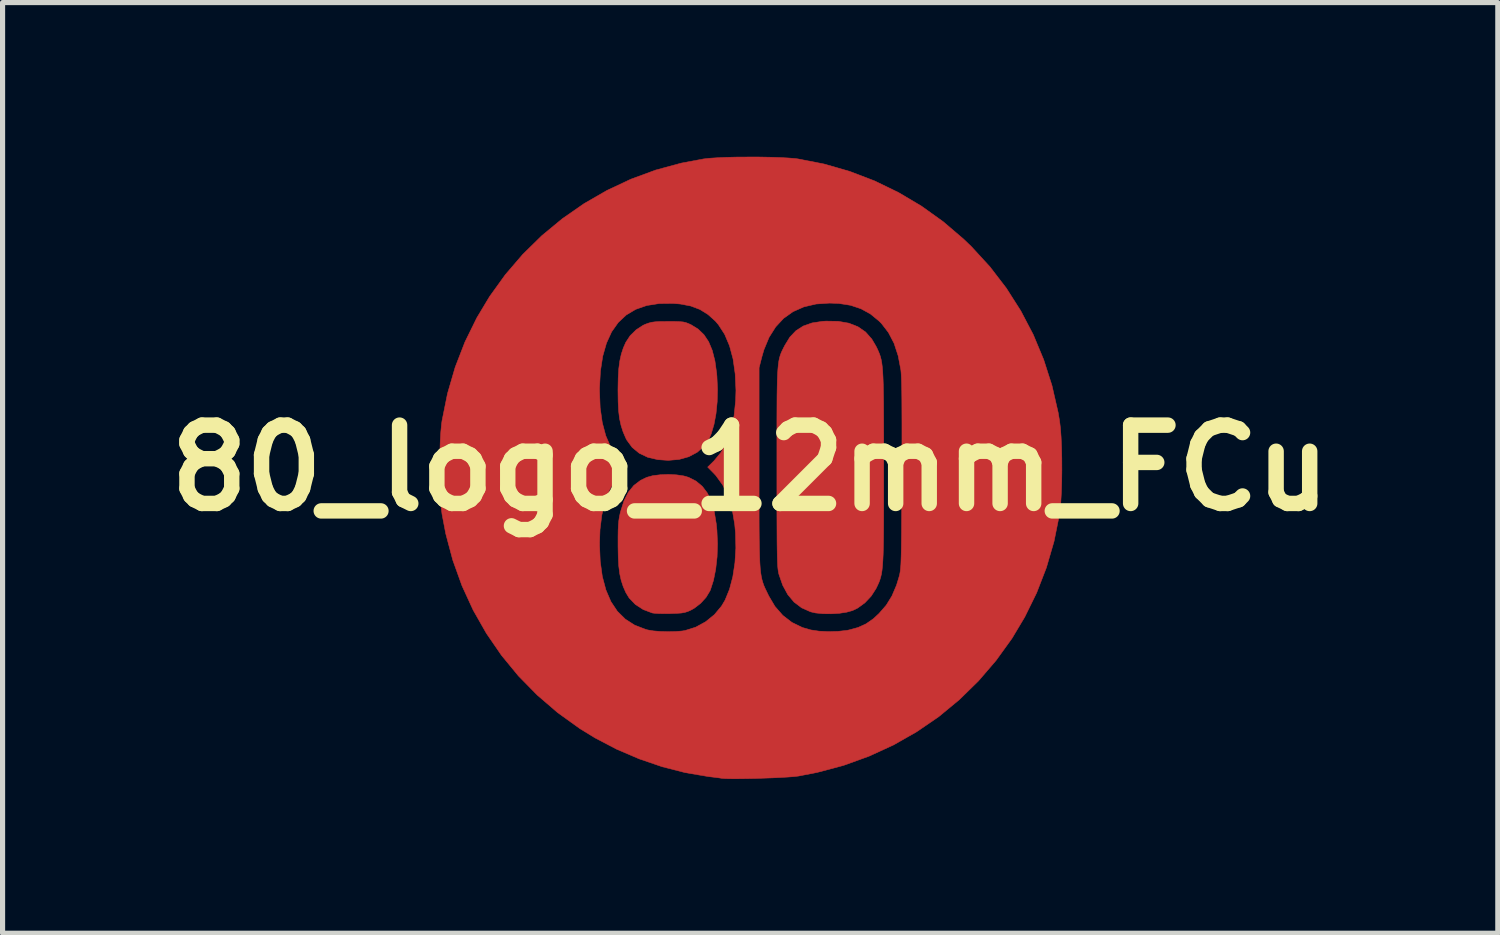
<source format=kicad_pcb>
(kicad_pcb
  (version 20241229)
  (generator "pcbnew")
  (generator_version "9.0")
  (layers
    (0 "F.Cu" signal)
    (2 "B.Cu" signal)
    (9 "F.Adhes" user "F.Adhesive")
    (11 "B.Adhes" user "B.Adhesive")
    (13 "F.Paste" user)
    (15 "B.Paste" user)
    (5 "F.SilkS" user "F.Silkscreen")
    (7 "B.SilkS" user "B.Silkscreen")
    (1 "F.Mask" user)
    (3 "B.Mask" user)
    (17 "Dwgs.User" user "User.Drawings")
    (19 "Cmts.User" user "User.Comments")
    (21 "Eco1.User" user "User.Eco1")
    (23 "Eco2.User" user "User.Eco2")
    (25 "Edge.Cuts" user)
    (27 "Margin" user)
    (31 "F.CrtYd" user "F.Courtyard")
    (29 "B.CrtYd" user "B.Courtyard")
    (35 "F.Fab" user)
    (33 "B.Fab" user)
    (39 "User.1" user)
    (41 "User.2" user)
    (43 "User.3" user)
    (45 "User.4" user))
  (footprint "80_logo_12mm_FCu"
    (layer "F.Cu")
    (at 11.546 6.056)
    (property "Reference" "80_logo_12mm_FCu" (at 0 0 0) (layer "F.SilkS") (effects (font (size 1.524 1.524) (thickness 0.3))))
    (attr through_hole)
    (fp_poly (pts (xy -1.465 -2.851) (xy -1.373 -2.848) (xy -1.305 -2.842) (xy -1.252 -2.83) (xy -1.202 -2.811) (xy -1.151 -2.788) (xy -1.013 -2.703) (xy -0.899 -2.593) (xy -0.808 -2.456) (xy -0.738 -2.288) (xy -0.686 -2.084) (xy -0.652 -1.84) (xy -0.647 -1.778) (xy -0.636 -1.532) (xy -0.642 -1.289) (xy -0.665 -1.058) (xy -0.704 -0.849) (xy -0.757 -0.67) (xy -0.798 -0.574) (xy -0.899 -0.424) (xy -1.032 -0.306) (xy -1.194 -0.22) (xy -1.383 -0.167) (xy -1.595 -0.149) (xy -1.796 -0.163) (xy -1.991 -0.208) (xy -2.159 -0.288) (xy -2.296 -0.401) (xy -2.401 -0.544) (xy -2.422 -0.585) (xy -2.474 -0.707) (xy -2.513 -0.83) (xy -2.542 -0.961) (xy -2.56 -1.112) (xy -2.569 -1.289) (xy -2.572 -1.502) (xy -2.572 -1.536) (xy -2.568 -1.752) (xy -2.557 -1.932) (xy -2.537 -2.083) (xy -2.508 -2.215) (xy -2.468 -2.337) (xy -2.42 -2.446) (xy -2.335 -2.575) (xy -2.219 -2.689) (xy -2.084 -2.777) (xy -2.037 -2.798) (xy -1.976 -2.82) (xy -1.917 -2.836) (xy -1.847 -2.845) (xy -1.757 -2.85) (xy -1.635 -2.851) (xy -1.593 -2.851) (xy -1.465 -2.851)) (stroke (width 0.01) (type solid)) (fill yes) (layer "F.Cu"))
    (fp_poly (pts (xy -1.432 0.133) (xy -1.291 0.154) (xy -1.199 0.181) (xy -1.053 0.255) (xy -0.931 0.357) (xy -0.833 0.487) (xy -0.756 0.65) (xy -0.699 0.849) (xy -0.66 1.087) (xy -0.647 1.216) (xy -0.636 1.475) (xy -0.644 1.729) (xy -0.671 1.969) (xy -0.714 2.185) (xy -0.773 2.368) (xy -0.784 2.393) (xy -0.859 2.517) (xy -0.965 2.633) (xy -1.09 2.729) (xy -1.151 2.763) (xy -1.213 2.791) (xy -1.271 2.809) (xy -1.337 2.821) (xy -1.424 2.827) (xy -1.543 2.831) (xy -1.559 2.832) (xy -1.674 2.833) (xy -1.779 2.831) (xy -1.861 2.826) (xy -1.905 2.82) (xy -2.082 2.753) (xy -2.234 2.655) (xy -2.355 2.529) (xy -2.42 2.422) (xy -2.471 2.305) (xy -2.51 2.186) (xy -2.538 2.058) (xy -2.557 1.91) (xy -2.567 1.735) (xy -2.571 1.523) (xy -2.571 1.501) (xy -2.571 1.336) (xy -2.569 1.207) (xy -2.564 1.106) (xy -2.556 1.022) (xy -2.544 0.946) (xy -2.527 0.868) (xy -2.521 0.845) (xy -2.456 0.639) (xy -2.371 0.471) (xy -2.264 0.339) (xy -2.132 0.239) (xy -2.012 0.181) (xy -1.896 0.149) (xy -1.75 0.131) (xy -1.59 0.125) (xy -1.432 0.133)) (stroke (width 0.01) (type solid)) (fill yes) (layer "F.Cu"))
    (fp_poly (pts (xy 1.714 -2.854) (xy 1.92 -2.818) (xy 2.096 -2.749) (xy 2.244 -2.647) (xy 2.366 -2.509) (xy 2.448 -2.37) (xy 2.474 -2.317) (xy 2.496 -2.268) (xy 2.516 -2.22) (xy 2.533 -2.169) (xy 2.548 -2.112) (xy 2.56 -2.047) (xy 2.57 -1.969) (xy 2.578 -1.876) (xy 2.584 -1.764) (xy 2.589 -1.63) (xy 2.592 -1.471) (xy 2.595 -1.284) (xy 2.596 -1.064) (xy 2.597 -0.81) (xy 2.598 -0.518) (xy 2.598 -0.184) (xy 2.598 -0.012) (xy 2.598 0.343) (xy 2.598 0.654) (xy 2.597 0.926) (xy 2.596 1.161) (xy 2.594 1.363) (xy 2.591 1.535) (xy 2.587 1.681) (xy 2.581 1.803) (xy 2.574 1.904) (xy 2.565 1.989) (xy 2.554 2.06) (xy 2.54 2.12) (xy 2.524 2.173) (xy 2.506 2.222) (xy 2.484 2.271) (xy 2.46 2.322) (xy 2.447 2.348) (xy 2.355 2.491) (xy 2.233 2.621) (xy 2.092 2.724) (xy 1.992 2.773) (xy 1.876 2.805) (xy 1.732 2.827) (xy 1.573 2.836) (xy 1.415 2.834) (xy 1.273 2.82) (xy 1.176 2.798) (xy 1.001 2.72) (xy 0.853 2.608) (xy 0.731 2.462) (xy 0.632 2.279) (xy 0.562 2.077) (xy 0.554 2.048) (xy 0.548 2.016) (xy 0.542 1.977) (xy 0.537 1.929) (xy 0.533 1.869) (xy 0.53 1.793) (xy 0.527 1.697) (xy 0.525 1.58) (xy 0.523 1.438) (xy 0.522 1.267) (xy 0.521 1.065) (xy 0.52 0.828) (xy 0.52 0.554) (xy 0.52 0.238) (xy 0.52 -0.012) (xy 0.52 -0.367) (xy 0.52 -0.679) (xy 0.52 -0.952) (xy 0.521 -1.188) (xy 0.522 -1.39) (xy 0.525 -1.563) (xy 0.528 -1.708) (xy 0.533 -1.83) (xy 0.54 -1.931) (xy 0.548 -2.014) (xy 0.558 -2.084) (xy 0.57 -2.142) (xy 0.585 -2.193) (xy 0.602 -2.239) (xy 0.622 -2.284) (xy 0.645 -2.33) (xy 0.671 -2.381) (xy 0.673 -2.385) (xy 0.772 -2.547) (xy 0.891 -2.672) (xy 1.033 -2.763) (xy 1.204 -2.823) (xy 1.408 -2.854) (xy 1.476 -2.858) (xy 1.714 -2.854)) (stroke (width 0.01) (type solid)) (fill yes) (layer "F.Cu"))
    (fp_poly (pts (xy 0.175 -6.051) (xy 0.384 -6.047) (xy 0.576 -6.041) (xy 0.744 -6.032) (xy 0.88 -6.021) (xy 0.93 -6.014) (xy 1.438 -5.915) (xy 1.935 -5.772) (xy 2.419 -5.587) (xy 2.885 -5.361) (xy 3.332 -5.096) (xy 3.755 -4.793) (xy 4.152 -4.454) (xy 4.306 -4.306) (xy 4.664 -3.916) (xy 4.984 -3.499) (xy 5.265 -3.058) (xy 5.508 -2.594) (xy 5.71 -2.109) (xy 5.872 -1.603) (xy 5.992 -1.079) (xy 6.019 -0.919) (xy 6.036 -0.78) (xy 6.049 -0.604) (xy 6.058 -0.401) (xy 6.063 -0.182) (xy 6.064 0.045) (xy 6.061 0.269) (xy 6.054 0.481) (xy 6.043 0.672) (xy 6.028 0.831) (xy 6.019 0.896) (xy 5.912 1.426) (xy 5.763 1.938) (xy 5.573 2.429) (xy 5.342 2.899) (xy 5.094 3.314) (xy 4.783 3.745) (xy 4.441 4.143) (xy 4.068 4.508) (xy 3.667 4.839) (xy 3.239 5.132) (xy 2.787 5.389) (xy 2.312 5.607) (xy 1.817 5.786) (xy 1.302 5.923) (xy 0.935 5.994) (xy 0.857 6.003) (xy 0.743 6.012) (xy 0.603 6.02) (xy 0.443 6.028) (xy 0.272 6.034) (xy 0.099 6.04) (xy -0.071 6.043) (xy -0.228 6.045) (xy -0.364 6.045) (xy -0.472 6.043) (xy -0.543 6.038) (xy -0.554 6.037) (xy -0.603 6.029) (xy -0.683 6.019) (xy -0.78 6.007) (xy -0.82 6.002) (xy -1.262 5.927) (xy -1.712 5.812) (xy -2.159 5.659) (xy -2.598 5.471) (xy -3.019 5.251) (xy -3.314 5.07) (xy -3.745 4.76) (xy -4.144 4.417) (xy -4.509 4.045) (xy -4.839 3.644) (xy -5.133 3.216) (xy -5.39 2.764) (xy -5.608 2.289) (xy -5.786 1.793) (xy -5.923 1.279) (xy -5.996 0.896) (xy -6.013 0.756) (xy -6.026 0.581) (xy -6.035 0.378) (xy -6.04 0.159) (xy -6.041 -0.068) (xy -6.038 -0.292) (xy -6.031 -0.504) (xy -6.02 -0.695) (xy -6.005 -0.854) (xy -5.996 -0.919) (xy -5.889 -1.449) (xy -5.874 -1.501) (xy -2.932 -1.501) (xy -2.919 -1.174) (xy -2.878 -0.884) (xy -2.81 -0.628) (xy -2.713 -0.405) (xy -2.588 -0.215) (xy -2.514 -0.131) (xy -2.459 -0.073) (xy -2.418 -0.029) (xy -2.402 -0.008) (xy -2.401 -0.008) (xy -2.417 0.01) (xy -2.457 0.05) (xy -2.5 0.09) (xy -2.63 0.241) (xy -2.739 0.43) (xy -2.824 0.655) (xy -2.886 0.911) (xy -2.922 1.198) (xy -2.932 1.478) (xy -2.918 1.813) (xy -2.877 2.111) (xy -2.807 2.373) (xy -2.71 2.599) (xy -2.584 2.788) (xy -2.43 2.94) (xy -2.248 3.057) (xy -2.038 3.138) (xy -1.991 3.151) (xy -1.884 3.169) (xy -1.747 3.18) (xy -1.597 3.184) (xy -1.45 3.181) (xy -1.323 3.171) (xy -1.265 3.161) (xy -1.059 3.096) (xy -0.867 2.991) (xy -0.697 2.853) (xy -0.558 2.687) (xy -0.488 2.569) (xy -0.402 2.358) (xy -0.338 2.115) (xy -0.297 1.845) (xy -0.279 1.558) (xy -0.286 1.26) (xy -0.301 1.097) (xy -0.35 0.807) (xy -0.428 0.551) (xy -0.521 0.357) (xy 0.173 0.357) (xy 0.173 0.672) (xy 0.173 0.947) (xy 0.174 1.185) (xy 0.176 1.391) (xy 0.179 1.566) (xy 0.183 1.715) (xy 0.188 1.84) (xy 0.195 1.946) (xy 0.204 2.034) (xy 0.216 2.109) (xy 0.23 2.174) (xy 0.247 2.232) (xy 0.266 2.286) (xy 0.289 2.339) (xy 0.316 2.395) (xy 0.346 2.457) (xy 0.359 2.485) (xy 0.482 2.693) (xy 0.634 2.867) (xy 0.812 3.004) (xy 1.015 3.103) (xy 1.178 3.15) (xy 1.338 3.174) (xy 1.522 3.183) (xy 1.71 3.178) (xy 1.881 3.159) (xy 1.921 3.151) (xy 2.1 3.102) (xy 2.254 3.032) (xy 2.396 2.933) (xy 2.507 2.83) (xy 2.647 2.669) (xy 2.758 2.489) (xy 2.847 2.28) (xy 2.891 2.136) (xy 2.901 2.101) (xy 2.909 2.068) (xy 2.916 2.031) (xy 2.922 1.989) (xy 2.927 1.938) (xy 2.932 1.874) (xy 2.935 1.794) (xy 2.938 1.696) (xy 2.941 1.575) (xy 2.943 1.428) (xy 2.945 1.252) (xy 2.946 1.044) (xy 2.948 0.8) (xy 2.949 0.517) (xy 2.951 0.193) (xy 2.951 0.127) (xy 2.952 -0.248) (xy 2.953 -0.58) (xy 2.953 -0.869) (xy 2.952 -1.119) (xy 2.951 -1.332) (xy 2.949 -1.508) (xy 2.946 -1.652) (xy 2.942 -1.765) (xy 2.937 -1.849) (xy 2.932 -1.905) (xy 2.879 -2.184) (xy 2.799 -2.427) (xy 2.69 -2.636) (xy 2.553 -2.814) (xy 2.508 -2.859) (xy 2.34 -2.997) (xy 2.157 -3.098) (xy 1.954 -3.166) (xy 1.725 -3.202) (xy 1.545 -3.209) (xy 1.28 -3.191) (xy 1.043 -3.135) (xy 0.833 -3.042) (xy 0.65 -2.912) (xy 0.495 -2.745) (xy 0.367 -2.542) (xy 0.267 -2.301) (xy 0.226 -2.159) (xy 0.173 -1.951) (xy 0.173 0) (xy 0.173 0.357) (xy -0.521 0.357) (xy -0.534 0.331) (xy -0.668 0.146) (xy -0.705 0.106) (xy -0.827 -0.018) (xy -0.703 -0.14) (xy -0.567 -0.305) (xy -0.457 -0.507) (xy -0.372 -0.744) (xy -0.314 -1.013) (xy -0.283 -1.312) (xy -0.277 -1.512) (xy -0.292 -1.831) (xy -0.333 -2.121) (xy -0.402 -2.378) (xy -0.497 -2.602) (xy -0.618 -2.789) (xy -0.677 -2.858) (xy -0.822 -2.988) (xy -0.978 -3.085) (xy -1.155 -3.152) (xy -1.359 -3.191) (xy -1.501 -3.203) (xy -1.772 -3.2) (xy -2.013 -3.162) (xy -2.226 -3.088) (xy -2.411 -2.978) (xy -2.567 -2.832) (xy -2.696 -2.65) (xy -2.796 -2.431) (xy -2.869 -2.176) (xy -2.914 -1.884) (xy -2.932 -1.554) (xy -2.932 -1.501) (xy -5.874 -1.501) (xy -5.74 -1.961) (xy -5.55 -2.452) (xy -5.319 -2.922) (xy -5.07 -3.337) (xy -4.764 -3.762) (xy -4.424 -4.158) (xy -4.054 -4.521) (xy -3.656 -4.85) (xy -3.233 -5.144) (xy -2.787 -5.401) (xy -2.321 -5.62) (xy -1.837 -5.798) (xy -1.338 -5.933) (xy -0.906 -6.014) (xy -0.79 -6.027) (xy -0.636 -6.037) (xy -0.454 -6.045) (xy -0.252 -6.05) (xy -0.039 -6.051) (xy 0.175 -6.051)) (stroke (width 0.01) (type solid)) (fill yes) (layer "F.Cu"))
    (fp_poly (pts (xy -1.465 -2.851) (xy -1.373 -2.848) (xy -1.305 -2.842) (xy -1.252 -2.83) (xy -1.202 -2.811) (xy -1.151 -2.788) (xy -1.013 -2.703) (xy -0.899 -2.593) (xy -0.808 -2.456) (xy -0.738 -2.288) (xy -0.686 -2.084) (xy -0.652 -1.84) (xy -0.647 -1.778) (xy -0.636 -1.532) (xy -0.642 -1.289) (xy -0.665 -1.058) (xy -0.704 -0.849) (xy -0.757 -0.67) (xy -0.798 -0.574) (xy -0.899 -0.424) (xy -1.032 -0.306) (xy -1.194 -0.22) (xy -1.383 -0.167) (xy -1.595 -0.149) (xy -1.796 -0.163) (xy -1.991 -0.208) (xy -2.159 -0.288) (xy -2.296 -0.401) (xy -2.401 -0.544) (xy -2.422 -0.585) (xy -2.474 -0.707) (xy -2.513 -0.83) (xy -2.542 -0.961) (xy -2.56 -1.112) (xy -2.569 -1.289) (xy -2.572 -1.502) (xy -2.572 -1.536) (xy -2.568 -1.752) (xy -2.557 -1.932) (xy -2.537 -2.083) (xy -2.508 -2.215) (xy -2.468 -2.337) (xy -2.42 -2.446) (xy -2.335 -2.575) (xy -2.219 -2.689) (xy -2.084 -2.777) (xy -2.037 -2.798) (xy -1.976 -2.82) (xy -1.917 -2.836) (xy -1.847 -2.845) (xy -1.757 -2.85) (xy -1.635 -2.851) (xy -1.593 -2.851) (xy -1.465 -2.851)) (stroke (width 0.01) (type solid)) (fill yes) (layer "F.Mask"))
    (fp_poly (pts (xy -1.432 0.133) (xy -1.291 0.154) (xy -1.199 0.181) (xy -1.053 0.255) (xy -0.931 0.357) (xy -0.833 0.487) (xy -0.756 0.65) (xy -0.699 0.849) (xy -0.66 1.087) (xy -0.647 1.216) (xy -0.636 1.475) (xy -0.644 1.729) (xy -0.671 1.969) (xy -0.714 2.185) (xy -0.773 2.368) (xy -0.784 2.393) (xy -0.859 2.517) (xy -0.965 2.633) (xy -1.09 2.729) (xy -1.151 2.763) (xy -1.213 2.791) (xy -1.271 2.809) (xy -1.337 2.821) (xy -1.424 2.827) (xy -1.543 2.831) (xy -1.559 2.832) (xy -1.674 2.833) (xy -1.779 2.831) (xy -1.861 2.826) (xy -1.905 2.82) (xy -2.082 2.753) (xy -2.234 2.655) (xy -2.355 2.529) (xy -2.42 2.422) (xy -2.471 2.305) (xy -2.51 2.186) (xy -2.538 2.058) (xy -2.557 1.91) (xy -2.567 1.735) (xy -2.571 1.523) (xy -2.571 1.501) (xy -2.571 1.336) (xy -2.569 1.207) (xy -2.564 1.106) (xy -2.556 1.022) (xy -2.544 0.946) (xy -2.527 0.868) (xy -2.521 0.845) (xy -2.456 0.639) (xy -2.371 0.471) (xy -2.264 0.339) (xy -2.132 0.239) (xy -2.012 0.181) (xy -1.896 0.149) (xy -1.75 0.131) (xy -1.59 0.125) (xy -1.432 0.133)) (stroke (width 0.01) (type solid)) (fill yes) (layer "F.Mask"))
    (fp_poly (pts (xy 1.714 -2.854) (xy 1.92 -2.818) (xy 2.096 -2.749) (xy 2.244 -2.647) (xy 2.366 -2.509) (xy 2.448 -2.37) (xy 2.474 -2.317) (xy 2.496 -2.268) (xy 2.516 -2.22) (xy 2.533 -2.169) (xy 2.548 -2.112) (xy 2.56 -2.047) (xy 2.57 -1.969) (xy 2.578 -1.876) (xy 2.584 -1.764) (xy 2.589 -1.63) (xy 2.592 -1.471) (xy 2.595 -1.284) (xy 2.596 -1.064) (xy 2.597 -0.81) (xy 2.598 -0.518) (xy 2.598 -0.184) (xy 2.598 -0.012) (xy 2.598 0.343) (xy 2.598 0.654) (xy 2.597 0.926) (xy 2.596 1.161) (xy 2.594 1.363) (xy 2.591 1.535) (xy 2.587 1.681) (xy 2.581 1.803) (xy 2.574 1.904) (xy 2.565 1.989) (xy 2.554 2.06) (xy 2.54 2.12) (xy 2.524 2.173) (xy 2.506 2.222) (xy 2.484 2.271) (xy 2.46 2.322) (xy 2.447 2.348) (xy 2.355 2.491) (xy 2.233 2.621) (xy 2.092 2.724) (xy 1.992 2.773) (xy 1.876 2.805) (xy 1.732 2.827) (xy 1.573 2.836) (xy 1.415 2.834) (xy 1.273 2.82) (xy 1.176 2.798) (xy 1.001 2.72) (xy 0.853 2.608) (xy 0.731 2.462) (xy 0.632 2.279) (xy 0.562 2.077) (xy 0.554 2.048) (xy 0.548 2.016) (xy 0.542 1.977) (xy 0.537 1.929) (xy 0.533 1.869) (xy 0.53 1.793) (xy 0.527 1.697) (xy 0.525 1.58) (xy 0.523 1.438) (xy 0.522 1.267) (xy 0.521 1.065) (xy 0.52 0.828) (xy 0.52 0.554) (xy 0.52 0.238) (xy 0.52 -0.012) (xy 0.52 -0.367) (xy 0.52 -0.679) (xy 0.52 -0.952) (xy 0.521 -1.188) (xy 0.522 -1.39) (xy 0.525 -1.563) (xy 0.528 -1.708) (xy 0.533 -1.83) (xy 0.54 -1.931) (xy 0.548 -2.014) (xy 0.558 -2.084) (xy 0.57 -2.142) (xy 0.585 -2.193) (xy 0.602 -2.239) (xy 0.622 -2.284) (xy 0.645 -2.33) (xy 0.671 -2.381) (xy 0.673 -2.385) (xy 0.772 -2.547) (xy 0.891 -2.672) (xy 1.033 -2.763) (xy 1.204 -2.823) (xy 1.408 -2.854) (xy 1.476 -2.858) (xy 1.714 -2.854)) (stroke (width 0.01) (type solid)) (fill yes) (layer "F.Mask"))
    (fp_poly (pts (xy 0.175 -6.051) (xy 0.384 -6.047) (xy 0.576 -6.041) (xy 0.744 -6.032) (xy 0.88 -6.021) (xy 0.93 -6.014) (xy 1.438 -5.915) (xy 1.935 -5.772) (xy 2.419 -5.587) (xy 2.885 -5.361) (xy 3.332 -5.096) (xy 3.755 -4.793) (xy 4.152 -4.454) (xy 4.306 -4.306) (xy 4.664 -3.916) (xy 4.984 -3.499) (xy 5.265 -3.058) (xy 5.508 -2.594) (xy 5.71 -2.109) (xy 5.872 -1.603) (xy 5.992 -1.079) (xy 6.019 -0.919) (xy 6.036 -0.78) (xy 6.049 -0.604) (xy 6.058 -0.401) (xy 6.063 -0.182) (xy 6.064 0.045) (xy 6.061 0.269) (xy 6.054 0.481) (xy 6.043 0.672) (xy 6.028 0.831) (xy 6.019 0.896) (xy 5.912 1.426) (xy 5.763 1.938) (xy 5.573 2.429) (xy 5.342 2.899) (xy 5.094 3.314) (xy 4.783 3.745) (xy 4.441 4.143) (xy 4.068 4.508) (xy 3.667 4.839) (xy 3.239 5.132) (xy 2.787 5.389) (xy 2.312 5.607) (xy 1.817 5.786) (xy 1.302 5.923) (xy 0.935 5.994) (xy 0.857 6.003) (xy 0.743 6.012) (xy 0.603 6.02) (xy 0.443 6.028) (xy 0.272 6.034) (xy 0.099 6.04) (xy -0.071 6.043) (xy -0.228 6.045) (xy -0.364 6.045) (xy -0.472 6.043) (xy -0.543 6.038) (xy -0.554 6.037) (xy -0.603 6.029) (xy -0.683 6.019) (xy -0.78 6.007) (xy -0.82 6.002) (xy -1.262 5.927) (xy -1.712 5.812) (xy -2.159 5.659) (xy -2.598 5.471) (xy -3.019 5.251) (xy -3.314 5.07) (xy -3.745 4.76) (xy -4.144 4.417) (xy -4.509 4.045) (xy -4.839 3.644) (xy -5.133 3.216) (xy -5.39 2.764) (xy -5.608 2.289) (xy -5.786 1.793) (xy -5.923 1.279) (xy -5.996 0.896) (xy -6.013 0.756) (xy -6.026 0.581) (xy -6.035 0.378) (xy -6.04 0.159) (xy -6.041 -0.068) (xy -6.038 -0.292) (xy -6.031 -0.504) (xy -6.02 -0.695) (xy -6.005 -0.854) (xy -5.996 -0.919) (xy -5.889 -1.449) (xy -5.874 -1.501) (xy -2.932 -1.501) (xy -2.919 -1.174) (xy -2.878 -0.884) (xy -2.81 -0.628) (xy -2.713 -0.405) (xy -2.588 -0.215) (xy -2.514 -0.131) (xy -2.459 -0.073) (xy -2.418 -0.029) (xy -2.402 -0.008) (xy -2.401 -0.008) (xy -2.417 0.01) (xy -2.457 0.05) (xy -2.5 0.09) (xy -2.63 0.241) (xy -2.739 0.43) (xy -2.824 0.655) (xy -2.886 0.911) (xy -2.922 1.198) (xy -2.932 1.478) (xy -2.918 1.813) (xy -2.877 2.111) (xy -2.807 2.373) (xy -2.71 2.599) (xy -2.584 2.788) (xy -2.43 2.94) (xy -2.248 3.057) (xy -2.038 3.138) (xy -1.991 3.151) (xy -1.884 3.169) (xy -1.747 3.18) (xy -1.597 3.184) (xy -1.45 3.181) (xy -1.323 3.171) (xy -1.265 3.161) (xy -1.059 3.096) (xy -0.867 2.991) (xy -0.697 2.853) (xy -0.558 2.687) (xy -0.488 2.569) (xy -0.402 2.358) (xy -0.338 2.115) (xy -0.297 1.845) (xy -0.279 1.558) (xy -0.286 1.26) (xy -0.301 1.097) (xy -0.35 0.807) (xy -0.428 0.551) (xy -0.521 0.357) (xy 0.173 0.357) (xy 0.173 0.672) (xy 0.173 0.947) (xy 0.174 1.185) (xy 0.176 1.391) (xy 0.179 1.566) (xy 0.183 1.715) (xy 0.188 1.84) (xy 0.195 1.946) (xy 0.204 2.034) (xy 0.216 2.109) (xy 0.23 2.174) (xy 0.247 2.232) (xy 0.266 2.286) (xy 0.289 2.339) (xy 0.316 2.395) (xy 0.346 2.457) (xy 0.359 2.485) (xy 0.482 2.693) (xy 0.634 2.867) (xy 0.812 3.004) (xy 1.015 3.103) (xy 1.178 3.15) (xy 1.338 3.174) (xy 1.522 3.183) (xy 1.71 3.178) (xy 1.881 3.159) (xy 1.921 3.151) (xy 2.1 3.102) (xy 2.254 3.032) (xy 2.396 2.933) (xy 2.507 2.83) (xy 2.647 2.669) (xy 2.758 2.489) (xy 2.847 2.28) (xy 2.891 2.136) (xy 2.901 2.101) (xy 2.909 2.068) (xy 2.916 2.031) (xy 2.922 1.989) (xy 2.927 1.938) (xy 2.932 1.874) (xy 2.935 1.794) (xy 2.938 1.696) (xy 2.941 1.575) (xy 2.943 1.428) (xy 2.945 1.252) (xy 2.946 1.044) (xy 2.948 0.8) (xy 2.949 0.517) (xy 2.951 0.193) (xy 2.951 0.127) (xy 2.952 -0.248) (xy 2.953 -0.58) (xy 2.953 -0.869) (xy 2.952 -1.119) (xy 2.951 -1.332) (xy 2.949 -1.508) (xy 2.946 -1.652) (xy 2.942 -1.765) (xy 2.937 -1.849) (xy 2.932 -1.905) (xy 2.879 -2.184) (xy 2.799 -2.427) (xy 2.69 -2.636) (xy 2.553 -2.814) (xy 2.508 -2.859) (xy 2.34 -2.997) (xy 2.157 -3.098) (xy 1.954 -3.166) (xy 1.725 -3.202) (xy 1.545 -3.209) (xy 1.28 -3.191) (xy 1.043 -3.135) (xy 0.833 -3.042) (xy 0.65 -2.912) (xy 0.495 -2.745) (xy 0.367 -2.542) (xy 0.267 -2.301) (xy 0.226 -2.159) (xy 0.173 -1.951) (xy 0.173 0) (xy 0.173 0.357) (xy -0.521 0.357) (xy -0.534 0.331) (xy -0.668 0.146) (xy -0.705 0.106) (xy -0.827 -0.018) (xy -0.703 -0.14) (xy -0.567 -0.305) (xy -0.457 -0.507) (xy -0.372 -0.744) (xy -0.314 -1.013) (xy -0.283 -1.312) (xy -0.277 -1.512) (xy -0.292 -1.831) (xy -0.333 -2.121) (xy -0.402 -2.378) (xy -0.497 -2.602) (xy -0.618 -2.789) (xy -0.677 -2.858) (xy -0.822 -2.988) (xy -0.978 -3.085) (xy -1.155 -3.152) (xy -1.359 -3.191) (xy -1.501 -3.203) (xy -1.772 -3.2) (xy -2.013 -3.162) (xy -2.226 -3.088) (xy -2.411 -2.978) (xy -2.567 -2.832) (xy -2.696 -2.65) (xy -2.796 -2.431) (xy -2.869 -2.176) (xy -2.914 -1.884) (xy -2.932 -1.554) (xy -2.932 -1.501) (xy -5.874 -1.501) (xy -5.74 -1.961) (xy -5.55 -2.452) (xy -5.319 -2.922) (xy -5.07 -3.337) (xy -4.764 -3.762) (xy -4.424 -4.158) (xy -4.054 -4.521) (xy -3.656 -4.85) (xy -3.233 -5.144) (xy -2.787 -5.401) (xy -2.321 -5.62) (xy -1.837 -5.798) (xy -1.338 -5.933) (xy -0.906 -6.014) (xy -0.79 -6.027) (xy -0.636 -6.037) (xy -0.454 -6.045) (xy -0.252 -6.05) (xy -0.039 -6.051) (xy 0.175 -6.051)) (stroke (width 0.01) (type solid)) (fill yes) (layer "F.Mask")))
  (gr_rect
    (start -3 -3)
    (end 26.092 15.107)
    (stroke (width 0.1) (type default))
    (fill no)
    (layer "Edge.Cuts")))
</source>
